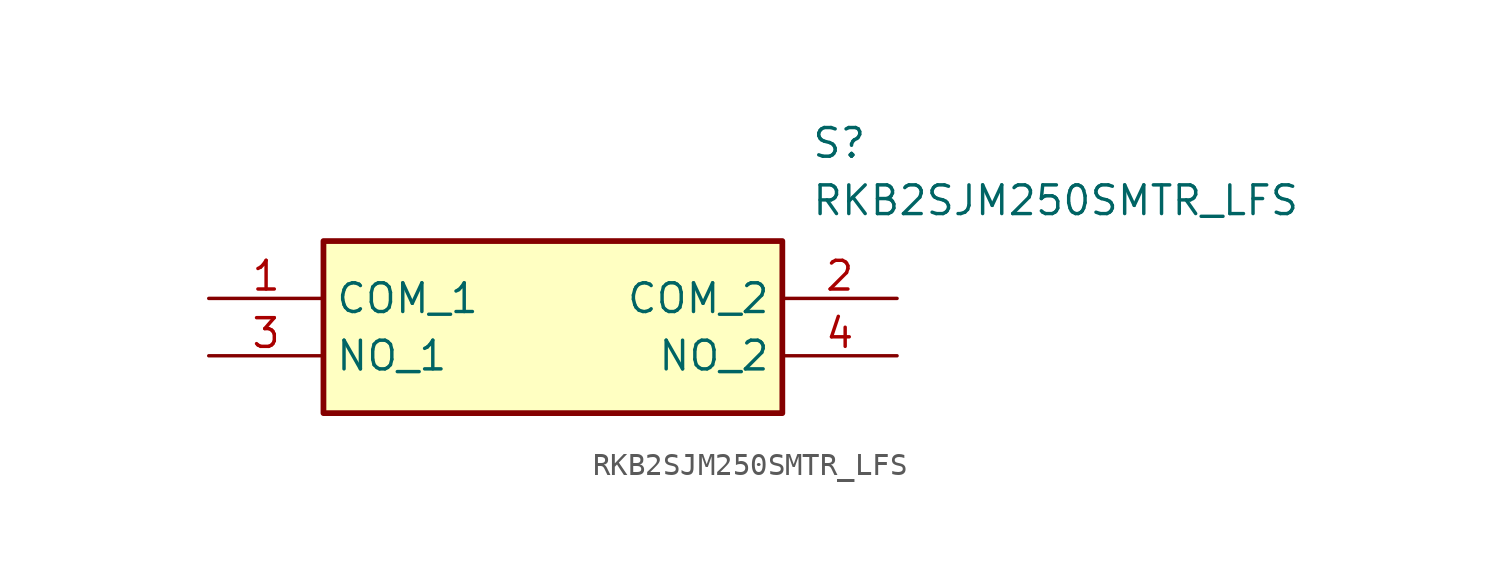
<source format=kicad_sym>
(kicad_symbol_lib
  (version 20211014)
  (generator SamacSys_ECAD_Model)
  (symbol "RKB2SJM250SMTR_LFS"
    (property "Reference" "S"
      (at 26.67 7.62 0)
      (effects (font (size 1.27 1.27)) (justify left top)))
    (property "Value" "RKB2SJM250SMTR_LFS"
      (at 26.67 5.08 0)
      (effects (font (size 1.27 1.27)) (justify left top)))
    (rectangle
      (start 5.08 2.54)
      (end 25.4 -5.08)
      (stroke (width 0.254) (type default))
      (fill (type background)))
    (pin passive line
      (at 0 0 0)
      (length 5.08)
      (name "COM_1" (effects (font (size 1.27 1.27))))
      (number "1" (effects (font (size 1.27 1.27)))))
    (pin passive line
      (at 30.48 0 180)
      (length 5.08)
      (name "COM_2" (effects (font (size 1.27 1.27))))
      (number "2" (effects (font (size 1.27 1.27)))))
    (pin passive line
      (at 0 -2.54 0)
      (length 5.08)
      (name "NO_1" (effects (font (size 1.27 1.27))))
      (number "3" (effects (font (size 1.27 1.27)))))
    (pin passive line
      (at 30.48 -2.54 180)
      (length 5.08)
      (name "NO_2" (effects (font (size 1.27 1.27))))
      (number "4" (effects (font (size 1.27 1.27)))))))
</source>
